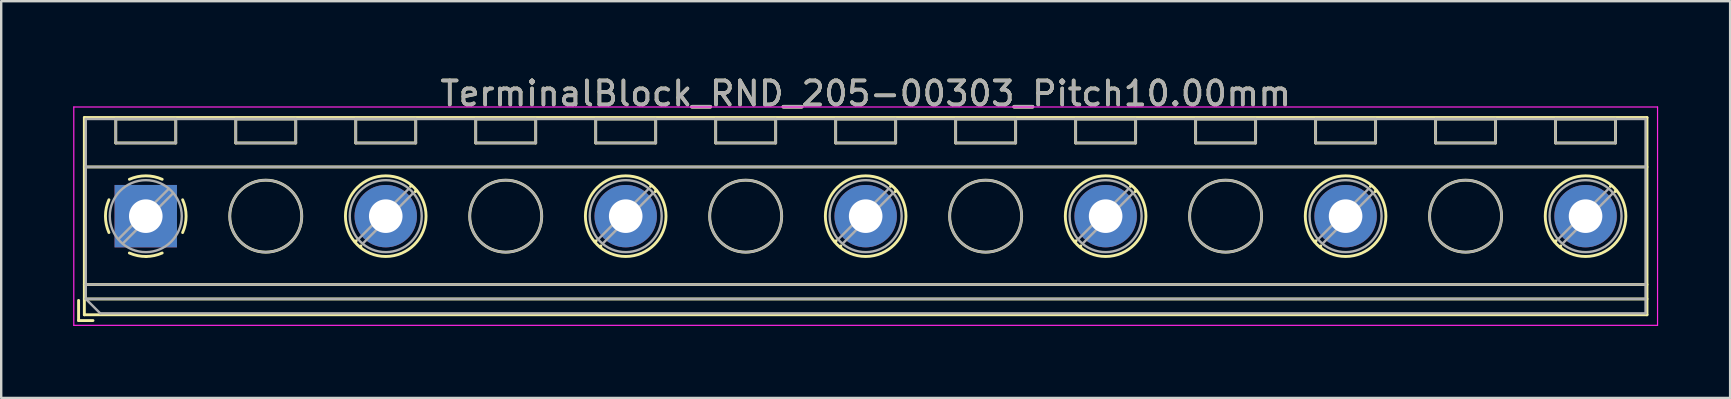
<source format=kicad_pcb>
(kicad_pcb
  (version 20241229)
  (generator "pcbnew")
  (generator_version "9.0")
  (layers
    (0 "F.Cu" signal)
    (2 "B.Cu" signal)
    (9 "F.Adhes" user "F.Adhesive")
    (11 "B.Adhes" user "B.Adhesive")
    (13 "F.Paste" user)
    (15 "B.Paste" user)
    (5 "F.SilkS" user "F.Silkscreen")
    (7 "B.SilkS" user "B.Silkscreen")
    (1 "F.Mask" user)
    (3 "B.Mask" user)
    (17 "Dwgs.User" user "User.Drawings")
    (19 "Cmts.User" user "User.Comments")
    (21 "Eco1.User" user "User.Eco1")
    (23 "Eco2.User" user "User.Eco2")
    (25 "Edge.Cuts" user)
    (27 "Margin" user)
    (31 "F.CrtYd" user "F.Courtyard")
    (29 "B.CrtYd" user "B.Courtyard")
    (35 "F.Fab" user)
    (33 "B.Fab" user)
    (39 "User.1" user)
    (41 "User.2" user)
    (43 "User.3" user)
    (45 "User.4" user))
  (footprint "TerminalBlock_RND_205-00303_Pitch10.00mm"
    (layer "F.Cu")
    (at 3.025 5.958)
    (property "Reference" "TerminalBlock_RND_205-00303_Pitch10.00mm" (at 30 -5.11 0) (layer "F.SilkS") (effects (font (size 1 1) (thickness 0.15))))
    (attr through_hole)
    (fp_line (start -2.8 3.51) (end -2.8 4.35) (stroke (width 0.12) (type solid)) (layer "F.SilkS"))
    (fp_line (start -2.8 4.35) (end -2.2 4.35) (stroke (width 0.12) (type solid)) (layer "F.SilkS"))
    (fp_line (start -2.56 -4.11) (end -2.56 4.11) (stroke (width 0.12) (type solid)) (layer "F.SilkS"))
    (fp_line (start -2.56 -2.05) (end 62.56 -2.05) (stroke (width 0.12) (type solid)) (layer "F.SilkS"))
    (fp_line (start -2.56 2.85) (end 62.56 2.85) (stroke (width 0.12) (type solid)) (layer "F.SilkS"))
    (fp_line (start -2.56 3.45) (end 62.56 3.45) (stroke (width 0.12) (type solid)) (layer "F.SilkS"))
    (fp_line (start -2.56 4.11) (end 62.56 4.11) (stroke (width 0.12) (type solid)) (layer "F.SilkS"))
    (fp_line (start -1.25 -4.05) (end -1.25 -3.05) (stroke (width 0.12) (type solid)) (layer "F.SilkS"))
    (fp_line (start -1.25 -4.05) (end 1.25 -4.05) (stroke (width 0.12) (type solid)) (layer "F.SilkS"))
    (fp_line (start -1.25 -3.05) (end 1.25 -3.05) (stroke (width 0.12) (type solid)) (layer "F.SilkS"))
    (fp_line (start 1.25 -4.05) (end 1.25 -3.05) (stroke (width 0.12) (type solid)) (layer "F.SilkS"))
    (fp_line (start 3.75 -4.05) (end 3.75 -3.05) (stroke (width 0.12) (type solid)) (layer "F.SilkS"))
    (fp_line (start 3.75 -4.05) (end 6.25 -4.05) (stroke (width 0.12) (type solid)) (layer "F.SilkS"))
    (fp_line (start 3.75 -3.05) (end 6.25 -3.05) (stroke (width 0.12) (type solid)) (layer "F.SilkS"))
    (fp_line (start 6.25 -4.05) (end 6.25 -3.05) (stroke (width 0.12) (type solid)) (layer "F.SilkS"))
    (fp_line (start 8.75 -4.05) (end 8.75 -3.05) (stroke (width 0.12) (type solid)) (layer "F.SilkS"))
    (fp_line (start 8.75 -4.05) (end 11.25 -4.05) (stroke (width 0.12) (type solid)) (layer "F.SilkS"))
    (fp_line (start 8.75 -3.05) (end 11.25 -3.05) (stroke (width 0.12) (type solid)) (layer "F.SilkS"))
    (fp_line (start 8.773 1.023) (end 8.726 1.069) (stroke (width 0.12) (type solid)) (layer "F.SilkS"))
    (fp_line (start 8.966 1.239) (end 8.931 1.274) (stroke (width 0.12) (type solid)) (layer "F.SilkS"))
    (fp_line (start 11.07 -1.275) (end 11.035 -1.239) (stroke (width 0.12) (type solid)) (layer "F.SilkS"))
    (fp_line (start 11.25 -4.05) (end 11.25 -3.05) (stroke (width 0.12) (type solid)) (layer "F.SilkS"))
    (fp_line (start 11.275 -1.069) (end 11.228 -1.023) (stroke (width 0.12) (type solid)) (layer "F.SilkS"))
    (fp_line (start 13.75 -4.05) (end 13.75 -3.05) (stroke (width 0.12) (type solid)) (layer "F.SilkS"))
    (fp_line (start 13.75 -4.05) (end 16.25 -4.05) (stroke (width 0.12) (type solid)) (layer "F.SilkS"))
    (fp_line (start 13.75 -3.05) (end 16.25 -3.05) (stroke (width 0.12) (type solid)) (layer "F.SilkS"))
    (fp_line (start 16.25 -4.05) (end 16.25 -3.05) (stroke (width 0.12) (type solid)) (layer "F.SilkS"))
    (fp_line (start 18.75 -4.05) (end 18.75 -3.05) (stroke (width 0.12) (type solid)) (layer "F.SilkS"))
    (fp_line (start 18.75 -4.05) (end 21.25 -4.05) (stroke (width 0.12) (type solid)) (layer "F.SilkS"))
    (fp_line (start 18.75 -3.05) (end 21.25 -3.05) (stroke (width 0.12) (type solid)) (layer "F.SilkS"))
    (fp_line (start 18.773 1.023) (end 18.726 1.069) (stroke (width 0.12) (type solid)) (layer "F.SilkS"))
    (fp_line (start 18.966 1.239) (end 18.931 1.274) (stroke (width 0.12) (type solid)) (layer "F.SilkS"))
    (fp_line (start 21.07 -1.275) (end 21.035 -1.239) (stroke (width 0.12) (type solid)) (layer "F.SilkS"))
    (fp_line (start 21.25 -4.05) (end 21.25 -3.05) (stroke (width 0.12) (type solid)) (layer "F.SilkS"))
    (fp_line (start 21.275 -1.069) (end 21.228 -1.023) (stroke (width 0.12) (type solid)) (layer "F.SilkS"))
    (fp_line (start 23.75 -4.05) (end 23.75 -3.05) (stroke (width 0.12) (type solid)) (layer "F.SilkS"))
    (fp_line (start 23.75 -4.05) (end 26.25 -4.05) (stroke (width 0.12) (type solid)) (layer "F.SilkS"))
    (fp_line (start 23.75 -3.05) (end 26.25 -3.05) (stroke (width 0.12) (type solid)) (layer "F.SilkS"))
    (fp_line (start 26.25 -4.05) (end 26.25 -3.05) (stroke (width 0.12) (type solid)) (layer "F.SilkS"))
    (fp_line (start 28.75 -4.05) (end 28.75 -3.05) (stroke (width 0.12) (type solid)) (layer "F.SilkS"))
    (fp_line (start 28.75 -4.05) (end 31.25 -4.05) (stroke (width 0.12) (type solid)) (layer "F.SilkS"))
    (fp_line (start 28.75 -3.05) (end 31.25 -3.05) (stroke (width 0.12) (type solid)) (layer "F.SilkS"))
    (fp_line (start 28.773 1.023) (end 28.726 1.069) (stroke (width 0.12) (type solid)) (layer "F.SilkS"))
    (fp_line (start 28.966 1.239) (end 28.931 1.274) (stroke (width 0.12) (type solid)) (layer "F.SilkS"))
    (fp_line (start 31.07 -1.275) (end 31.035 -1.239) (stroke (width 0.12) (type solid)) (layer "F.SilkS"))
    (fp_line (start 31.25 -4.05) (end 31.25 -3.05) (stroke (width 0.12) (type solid)) (layer "F.SilkS"))
    (fp_line (start 31.275 -1.069) (end 31.228 -1.023) (stroke (width 0.12) (type solid)) (layer "F.SilkS"))
    (fp_line (start 33.75 -4.05) (end 33.75 -3.05) (stroke (width 0.12) (type solid)) (layer "F.SilkS"))
    (fp_line (start 33.75 -4.05) (end 36.25 -4.05) (stroke (width 0.12) (type solid)) (layer "F.SilkS"))
    (fp_line (start 33.75 -3.05) (end 36.25 -3.05) (stroke (width 0.12) (type solid)) (layer "F.SilkS"))
    (fp_line (start 36.25 -4.05) (end 36.25 -3.05) (stroke (width 0.12) (type solid)) (layer "F.SilkS"))
    (fp_line (start 38.75 -4.05) (end 38.75 -3.05) (stroke (width 0.12) (type solid)) (layer "F.SilkS"))
    (fp_line (start 38.75 -4.05) (end 41.25 -4.05) (stroke (width 0.12) (type solid)) (layer "F.SilkS"))
    (fp_line (start 38.75 -3.05) (end 41.25 -3.05) (stroke (width 0.12) (type solid)) (layer "F.SilkS"))
    (fp_line (start 38.773 1.023) (end 38.726 1.069) (stroke (width 0.12) (type solid)) (layer "F.SilkS"))
    (fp_line (start 38.966 1.239) (end 38.931 1.274) (stroke (width 0.12) (type solid)) (layer "F.SilkS"))
    (fp_line (start 41.07 -1.275) (end 41.035 -1.239) (stroke (width 0.12) (type solid)) (layer "F.SilkS"))
    (fp_line (start 41.25 -4.05) (end 41.25 -3.05) (stroke (width 0.12) (type solid)) (layer "F.SilkS"))
    (fp_line (start 41.275 -1.069) (end 41.228 -1.023) (stroke (width 0.12) (type solid)) (layer "F.SilkS"))
    (fp_line (start 43.75 -4.05) (end 43.75 -3.05) (stroke (width 0.12) (type solid)) (layer "F.SilkS"))
    (fp_line (start 43.75 -4.05) (end 46.25 -4.05) (stroke (width 0.12) (type solid)) (layer "F.SilkS"))
    (fp_line (start 43.75 -3.05) (end 46.25 -3.05) (stroke (width 0.12) (type solid)) (layer "F.SilkS"))
    (fp_line (start 46.25 -4.05) (end 46.25 -3.05) (stroke (width 0.12) (type solid)) (layer "F.SilkS"))
    (fp_line (start 48.75 -4.05) (end 48.75 -3.05) (stroke (width 0.12) (type solid)) (layer "F.SilkS"))
    (fp_line (start 48.75 -4.05) (end 51.25 -4.05) (stroke (width 0.12) (type solid)) (layer "F.SilkS"))
    (fp_line (start 48.75 -3.05) (end 51.25 -3.05) (stroke (width 0.12) (type solid)) (layer "F.SilkS"))
    (fp_line (start 48.773 1.023) (end 48.726 1.069) (stroke (width 0.12) (type solid)) (layer "F.SilkS"))
    (fp_line (start 48.966 1.239) (end 48.931 1.274) (stroke (width 0.12) (type solid)) (layer "F.SilkS"))
    (fp_line (start 51.07 -1.275) (end 51.035 -1.239) (stroke (width 0.12) (type solid)) (layer "F.SilkS"))
    (fp_line (start 51.25 -4.05) (end 51.25 -3.05) (stroke (width 0.12) (type solid)) (layer "F.SilkS"))
    (fp_line (start 51.275 -1.069) (end 51.228 -1.023) (stroke (width 0.12) (type solid)) (layer "F.SilkS"))
    (fp_line (start 53.75 -4.05) (end 53.75 -3.05) (stroke (width 0.12) (type solid)) (layer "F.SilkS"))
    (fp_line (start 53.75 -4.05) (end 56.25 -4.05) (stroke (width 0.12) (type solid)) (layer "F.SilkS"))
    (fp_line (start 53.75 -3.05) (end 56.25 -3.05) (stroke (width 0.12) (type solid)) (layer "F.SilkS"))
    (fp_line (start 56.25 -4.05) (end 56.25 -3.05) (stroke (width 0.12) (type solid)) (layer "F.SilkS"))
    (fp_line (start 58.75 -4.05) (end 58.75 -3.05) (stroke (width 0.12) (type solid)) (layer "F.SilkS"))
    (fp_line (start 58.75 -4.05) (end 61.25 -4.05) (stroke (width 0.12) (type solid)) (layer "F.SilkS"))
    (fp_line (start 58.75 -3.05) (end 61.25 -3.05) (stroke (width 0.12) (type solid)) (layer "F.SilkS"))
    (fp_line (start 58.773 1.023) (end 58.726 1.069) (stroke (width 0.12) (type solid)) (layer "F.SilkS"))
    (fp_line (start 58.966 1.239) (end 58.931 1.274) (stroke (width 0.12) (type solid)) (layer "F.SilkS"))
    (fp_line (start 61.07 -1.275) (end 61.035 -1.239) (stroke (width 0.12) (type solid)) (layer "F.SilkS"))
    (fp_line (start 61.25 -4.05) (end 61.25 -3.05) (stroke (width 0.12) (type solid)) (layer "F.SilkS"))
    (fp_line (start 61.275 -1.069) (end 61.228 -1.023) (stroke (width 0.12) (type solid)) (layer "F.SilkS"))
    (fp_line (start 62.56 -4.11) (end -2.56 -4.11) (stroke (width 0.12) (type solid)) (layer "F.SilkS"))
    (fp_line (start 62.56 4.11) (end 62.56 -4.11) (stroke (width 0.12) (type solid)) (layer "F.SilkS"))
    (fp_arc (start -1.535427 0.683042) (mid -1.680501 -0.000524) (end -1.535 -0.684) (stroke (width 0.12) (type solid)) (layer "F.SilkS"))
    (fp_arc (start -0.683042 -1.535427) (mid 0.000524 -1.680501) (end 0.684 -1.535) (stroke (width 0.12) (type solid)) (layer "F.SilkS"))
    (fp_arc (start 0.028805 1.680253) (mid -0.335551 1.646659) (end -0.684 1.535) (stroke (width 0.12) (type solid)) (layer "F.SilkS"))
    (fp_arc (start 0.683318 1.534756) (mid 0.349292 1.643288) (end 0 1.68) (stroke (width 0.12) (type solid)) (layer "F.SilkS"))
    (fp_arc (start 1.535427 -0.683042) (mid 1.680501 0.000524) (end 1.535 0.684) (stroke (width 0.12) (type solid)) (layer "F.SilkS"))
    (fp_circle (center 5 0) (end 6.5 0) (stroke (width 0.12) (type solid)) (fill no) (layer "F.SilkS"))
    (fp_circle (center 10 0) (end 11.68 0) (stroke (width 0.12) (type solid)) (fill no) (layer "F.SilkS"))
    (fp_circle (center 15 0) (end 16.5 0) (stroke (width 0.12) (type solid)) (fill no) (layer "F.SilkS"))
    (fp_circle (center 20 0) (end 21.68 0) (stroke (width 0.12) (type solid)) (fill no) (layer "F.SilkS"))
    (fp_circle (center 25 0) (end 26.5 0) (stroke (width 0.12) (type solid)) (fill no) (layer "F.SilkS"))
    (fp_circle (center 30 0) (end 31.68 0) (stroke (width 0.12) (type solid)) (fill no) (layer "F.SilkS"))
    (fp_circle (center 35 0) (end 36.5 0) (stroke (width 0.12) (type solid)) (fill no) (layer "F.SilkS"))
    (fp_circle (center 40 0) (end 41.68 0) (stroke (width 0.12) (type solid)) (fill no) (layer "F.SilkS"))
    (fp_circle (center 45 0) (end 46.5 0) (stroke (width 0.12) (type solid)) (fill no) (layer "F.SilkS"))
    (fp_circle (center 50 0) (end 51.68 0) (stroke (width 0.12) (type solid)) (fill no) (layer "F.SilkS"))
    (fp_circle (center 55 0) (end 56.5 0) (stroke (width 0.12) (type solid)) (fill no) (layer "F.SilkS"))
    (fp_circle (center 60 0) (end 61.68 0) (stroke (width 0.12) (type solid)) (fill no) (layer "F.SilkS"))
    (fp_line (start -3 -4.55) (end -3 4.55) (stroke (width 0.05) (type solid)) (layer "F.CrtYd"))
    (fp_line (start -3 4.55) (end 63 4.55) (stroke (width 0.05) (type solid)) (layer "F.CrtYd"))
    (fp_line (start 63 -4.55) (end -3 -4.55) (stroke (width 0.05) (type solid)) (layer "F.CrtYd"))
    (fp_line (start 63 4.55) (end 63 -4.55) (stroke (width 0.05) (type solid)) (layer "F.CrtYd"))
    (fp_line (start -2.5 -4.05) (end 62.5 -4.05) (stroke (width 0.1) (type solid)) (layer "F.Fab"))
    (fp_line (start -2.5 -2.05) (end 62.5 -2.05) (stroke (width 0.1) (type solid)) (layer "F.Fab"))
    (fp_line (start -2.5 2.85) (end 62.5 2.85) (stroke (width 0.1) (type solid)) (layer "F.Fab"))
    (fp_line (start -2.5 3.45) (end -2.5 -4.05) (stroke (width 0.1) (type solid)) (layer "F.Fab"))
    (fp_line (start -2.5 3.45) (end 62.5 3.45) (stroke (width 0.1) (type solid)) (layer "F.Fab"))
    (fp_line (start -1.9 4.05) (end -2.5 3.45) (stroke (width 0.1) (type solid)) (layer "F.Fab"))
    (fp_line (start -1.25 -4.05) (end -1.25 -3.05) (stroke (width 0.1) (type solid)) (layer "F.Fab"))
    (fp_line (start -1.25 -3.05) (end 1.25 -3.05) (stroke (width 0.1) (type solid)) (layer "F.Fab"))
    (fp_line (start 0.955 -1.138) (end -1.138 0.955) (stroke (width 0.1) (type solid)) (layer "F.Fab"))
    (fp_line (start 1.138 -0.955) (end -0.955 1.138) (stroke (width 0.1) (type solid)) (layer "F.Fab"))
    (fp_line (start 1.25 -4.05) (end -1.25 -4.05) (stroke (width 0.1) (type solid)) (layer "F.Fab"))
    (fp_line (start 1.25 -3.05) (end 1.25 -4.05) (stroke (width 0.1) (type solid)) (layer "F.Fab"))
    (fp_line (start 3.75 -4.05) (end 3.75 -3.05) (stroke (width 0.1) (type solid)) (layer "F.Fab"))
    (fp_line (start 3.75 -3.05) (end 6.25 -3.05) (stroke (width 0.1) (type solid)) (layer "F.Fab"))
    (fp_line (start 6.25 -4.05) (end 3.75 -4.05) (stroke (width 0.1) (type solid)) (layer "F.Fab"))
    (fp_line (start 6.25 -3.05) (end 6.25 -4.05) (stroke (width 0.1) (type solid)) (layer "F.Fab"))
    (fp_line (start 8.75 -4.05) (end 8.75 -3.05) (stroke (width 0.1) (type solid)) (layer "F.Fab"))
    (fp_line (start 8.75 -3.05) (end 11.25 -3.05) (stroke (width 0.1) (type solid)) (layer "F.Fab"))
    (fp_line (start 10.955 -1.138) (end 8.863 0.955) (stroke (width 0.1) (type solid)) (layer "F.Fab"))
    (fp_line (start 11.138 -0.955) (end 9.046 1.138) (stroke (width 0.1) (type solid)) (layer "F.Fab"))
    (fp_line (start 11.25 -4.05) (end 8.75 -4.05) (stroke (width 0.1) (type solid)) (layer "F.Fab"))
    (fp_line (start 11.25 -3.05) (end 11.25 -4.05) (stroke (width 0.1) (type solid)) (layer "F.Fab"))
    (fp_line (start 13.75 -4.05) (end 13.75 -3.05) (stroke (width 0.1) (type solid)) (layer "F.Fab"))
    (fp_line (start 13.75 -3.05) (end 16.25 -3.05) (stroke (width 0.1) (type solid)) (layer "F.Fab"))
    (fp_line (start 16.25 -4.05) (end 13.75 -4.05) (stroke (width 0.1) (type solid)) (layer "F.Fab"))
    (fp_line (start 16.25 -3.05) (end 16.25 -4.05) (stroke (width 0.1) (type solid)) (layer "F.Fab"))
    (fp_line (start 18.75 -4.05) (end 18.75 -3.05) (stroke (width 0.1) (type solid)) (layer "F.Fab"))
    (fp_line (start 18.75 -3.05) (end 21.25 -3.05) (stroke (width 0.1) (type solid)) (layer "F.Fab"))
    (fp_line (start 20.955 -1.138) (end 18.863 0.955) (stroke (width 0.1) (type solid)) (layer "F.Fab"))
    (fp_line (start 21.138 -0.955) (end 19.046 1.138) (stroke (width 0.1) (type solid)) (layer "F.Fab"))
    (fp_line (start 21.25 -4.05) (end 18.75 -4.05) (stroke (width 0.1) (type solid)) (layer "F.Fab"))
    (fp_line (start 21.25 -3.05) (end 21.25 -4.05) (stroke (width 0.1) (type solid)) (layer "F.Fab"))
    (fp_line (start 23.75 -4.05) (end 23.75 -3.05) (stroke (width 0.1) (type solid)) (layer "F.Fab"))
    (fp_line (start 23.75 -3.05) (end 26.25 -3.05) (stroke (width 0.1) (type solid)) (layer "F.Fab"))
    (fp_line (start 26.25 -4.05) (end 23.75 -4.05) (stroke (width 0.1) (type solid)) (layer "F.Fab"))
    (fp_line (start 26.25 -3.05) (end 26.25 -4.05) (stroke (width 0.1) (type solid)) (layer "F.Fab"))
    (fp_line (start 28.75 -4.05) (end 28.75 -3.05) (stroke (width 0.1) (type solid)) (layer "F.Fab"))
    (fp_line (start 28.75 -3.05) (end 31.25 -3.05) (stroke (width 0.1) (type solid)) (layer "F.Fab"))
    (fp_line (start 30.955 -1.138) (end 28.863 0.955) (stroke (width 0.1) (type solid)) (layer "F.Fab"))
    (fp_line (start 31.138 -0.955) (end 29.046 1.138) (stroke (width 0.1) (type solid)) (layer "F.Fab"))
    (fp_line (start 31.25 -4.05) (end 28.75 -4.05) (stroke (width 0.1) (type solid)) (layer "F.Fab"))
    (fp_line (start 31.25 -3.05) (end 31.25 -4.05) (stroke (width 0.1) (type solid)) (layer "F.Fab"))
    (fp_line (start 33.75 -4.05) (end 33.75 -3.05) (stroke (width 0.1) (type solid)) (layer "F.Fab"))
    (fp_line (start 33.75 -3.05) (end 36.25 -3.05) (stroke (width 0.1) (type solid)) (layer "F.Fab"))
    (fp_line (start 36.25 -4.05) (end 33.75 -4.05) (stroke (width 0.1) (type solid)) (layer "F.Fab"))
    (fp_line (start 36.25 -3.05) (end 36.25 -4.05) (stroke (width 0.1) (type solid)) (layer "F.Fab"))
    (fp_line (start 38.75 -4.05) (end 38.75 -3.05) (stroke (width 0.1) (type solid)) (layer "F.Fab"))
    (fp_line (start 38.75 -3.05) (end 41.25 -3.05) (stroke (width 0.1) (type solid)) (layer "F.Fab"))
    (fp_line (start 40.955 -1.138) (end 38.863 0.955) (stroke (width 0.1) (type solid)) (layer "F.Fab"))
    (fp_line (start 41.138 -0.955) (end 39.046 1.138) (stroke (width 0.1) (type solid)) (layer "F.Fab"))
    (fp_line (start 41.25 -4.05) (end 38.75 -4.05) (stroke (width 0.1) (type solid)) (layer "F.Fab"))
    (fp_line (start 41.25 -3.05) (end 41.25 -4.05) (stroke (width 0.1) (type solid)) (layer "F.Fab"))
    (fp_line (start 43.75 -4.05) (end 43.75 -3.05) (stroke (width 0.1) (type solid)) (layer "F.Fab"))
    (fp_line (start 43.75 -3.05) (end 46.25 -3.05) (stroke (width 0.1) (type solid)) (layer "F.Fab"))
    (fp_line (start 46.25 -4.05) (end 43.75 -4.05) (stroke (width 0.1) (type solid)) (layer "F.Fab"))
    (fp_line (start 46.25 -3.05) (end 46.25 -4.05) (stroke (width 0.1) (type solid)) (layer "F.Fab"))
    (fp_line (start 48.75 -4.05) (end 48.75 -3.05) (stroke (width 0.1) (type solid)) (layer "F.Fab"))
    (fp_line (start 48.75 -3.05) (end 51.25 -3.05) (stroke (width 0.1) (type solid)) (layer "F.Fab"))
    (fp_line (start 50.955 -1.138) (end 48.863 0.955) (stroke (width 0.1) (type solid)) (layer "F.Fab"))
    (fp_line (start 51.138 -0.955) (end 49.046 1.138) (stroke (width 0.1) (type solid)) (layer "F.Fab"))
    (fp_line (start 51.25 -4.05) (end 48.75 -4.05) (stroke (width 0.1) (type solid)) (layer "F.Fab"))
    (fp_line (start 51.25 -3.05) (end 51.25 -4.05) (stroke (width 0.1) (type solid)) (layer "F.Fab"))
    (fp_line (start 53.75 -4.05) (end 53.75 -3.05) (stroke (width 0.1) (type solid)) (layer "F.Fab"))
    (fp_line (start 53.75 -3.05) (end 56.25 -3.05) (stroke (width 0.1) (type solid)) (layer "F.Fab"))
    (fp_line (start 56.25 -4.05) (end 53.75 -4.05) (stroke (width 0.1) (type solid)) (layer "F.Fab"))
    (fp_line (start 56.25 -3.05) (end 56.25 -4.05) (stroke (width 0.1) (type solid)) (layer "F.Fab"))
    (fp_line (start 58.75 -4.05) (end 58.75 -3.05) (stroke (width 0.1) (type solid)) (layer "F.Fab"))
    (fp_line (start 58.75 -3.05) (end 61.25 -3.05) (stroke (width 0.1) (type solid)) (layer "F.Fab"))
    (fp_line (start 60.955 -1.138) (end 58.863 0.955) (stroke (width 0.1) (type solid)) (layer "F.Fab"))
    (fp_line (start 61.138 -0.955) (end 59.046 1.138) (stroke (width 0.1) (type solid)) (layer "F.Fab"))
    (fp_line (start 61.25 -4.05) (end 58.75 -4.05) (stroke (width 0.1) (type solid)) (layer "F.Fab"))
    (fp_line (start 61.25 -3.05) (end 61.25 -4.05) (stroke (width 0.1) (type solid)) (layer "F.Fab"))
    (fp_line (start 62.5 -4.05) (end 62.5 4.05) (stroke (width 0.1) (type solid)) (layer "F.Fab"))
    (fp_line (start 62.5 4.05) (end -1.9 4.05) (stroke (width 0.1) (type solid)) (layer "F.Fab"))
    (fp_circle (center 0 0) (end 1.5 0) (stroke (width 0.1) (type solid)) (fill no) (layer "F.Fab"))
    (fp_circle (center 5 0) (end 6.5 0) (stroke (width 0.1) (type solid)) (fill no) (layer "F.Fab"))
    (fp_circle (center 10 0) (end 11.5 0) (stroke (width 0.1) (type solid)) (fill no) (layer "F.Fab"))
    (fp_circle (center 15 0) (end 16.5 0) (stroke (width 0.1) (type solid)) (fill no) (layer "F.Fab"))
    (fp_circle (center 20 0) (end 21.5 0) (stroke (width 0.1) (type solid)) (fill no) (layer "F.Fab"))
    (fp_circle (center 25 0) (end 26.5 0) (stroke (width 0.1) (type solid)) (fill no) (layer "F.Fab"))
    (fp_circle (center 30 0) (end 31.5 0) (stroke (width 0.1) (type solid)) (fill no) (layer "F.Fab"))
    (fp_circle (center 35 0) (end 36.5 0) (stroke (width 0.1) (type solid)) (fill no) (layer "F.Fab"))
    (fp_circle (center 40 0) (end 41.5 0) (stroke (width 0.1) (type solid)) (fill no) (layer "F.Fab"))
    (fp_circle (center 45 0) (end 46.5 0) (stroke (width 0.1) (type solid)) (fill no) (layer "F.Fab"))
    (fp_circle (center 50 0) (end 51.5 0) (stroke (width 0.1) (type solid)) (fill no) (layer "F.Fab"))
    (fp_circle (center 55 0) (end 56.5 0) (stroke (width 0.1) (type solid)) (fill no) (layer "F.Fab"))
    (fp_circle (center 60 0) (end 61.5 0) (stroke (width 0.1) (type solid)) (fill no) (layer "F.Fab"))
    (fp_text user "${REFERENCE}" (at 30 -5.11 0) (layer "F.Fab") (effects (font (size 1 1) (thickness 0.15))))
    (pad "1" thru_hole rect (at 0 0) (size 2.6 2.6) (drill 1.4) (layers "*.Cu" "*.Mask"))
    (pad "2" thru_hole circle (at 10 0) (size 2.6 2.6) (drill 1.4) (layers "*.Cu" "*.Mask"))
    (pad "3" thru_hole circle (at 20 0) (size 2.6 2.6) (drill 1.4) (layers "*.Cu" "*.Mask"))
    (pad "4" thru_hole circle (at 30 0) (size 2.6 2.6) (drill 1.4) (layers "*.Cu" "*.Mask"))
    (pad "5" thru_hole circle (at 40 0) (size 2.6 2.6) (drill 1.4) (layers "*.Cu" "*.Mask"))
    (pad "6" thru_hole circle (at 50 0) (size 2.6 2.6) (drill 1.4) (layers "*.Cu" "*.Mask"))
    (pad "7" thru_hole circle (at 60 0) (size 2.6 2.6) (drill 1.4) (layers "*.Cu" "*.Mask")))
  (gr_rect
    (start -3 -3)
    (end 69.05 13.533)
    (stroke (width 0.1) (type default))
    (fill no)
    (layer "Edge.Cuts")))
</source>
